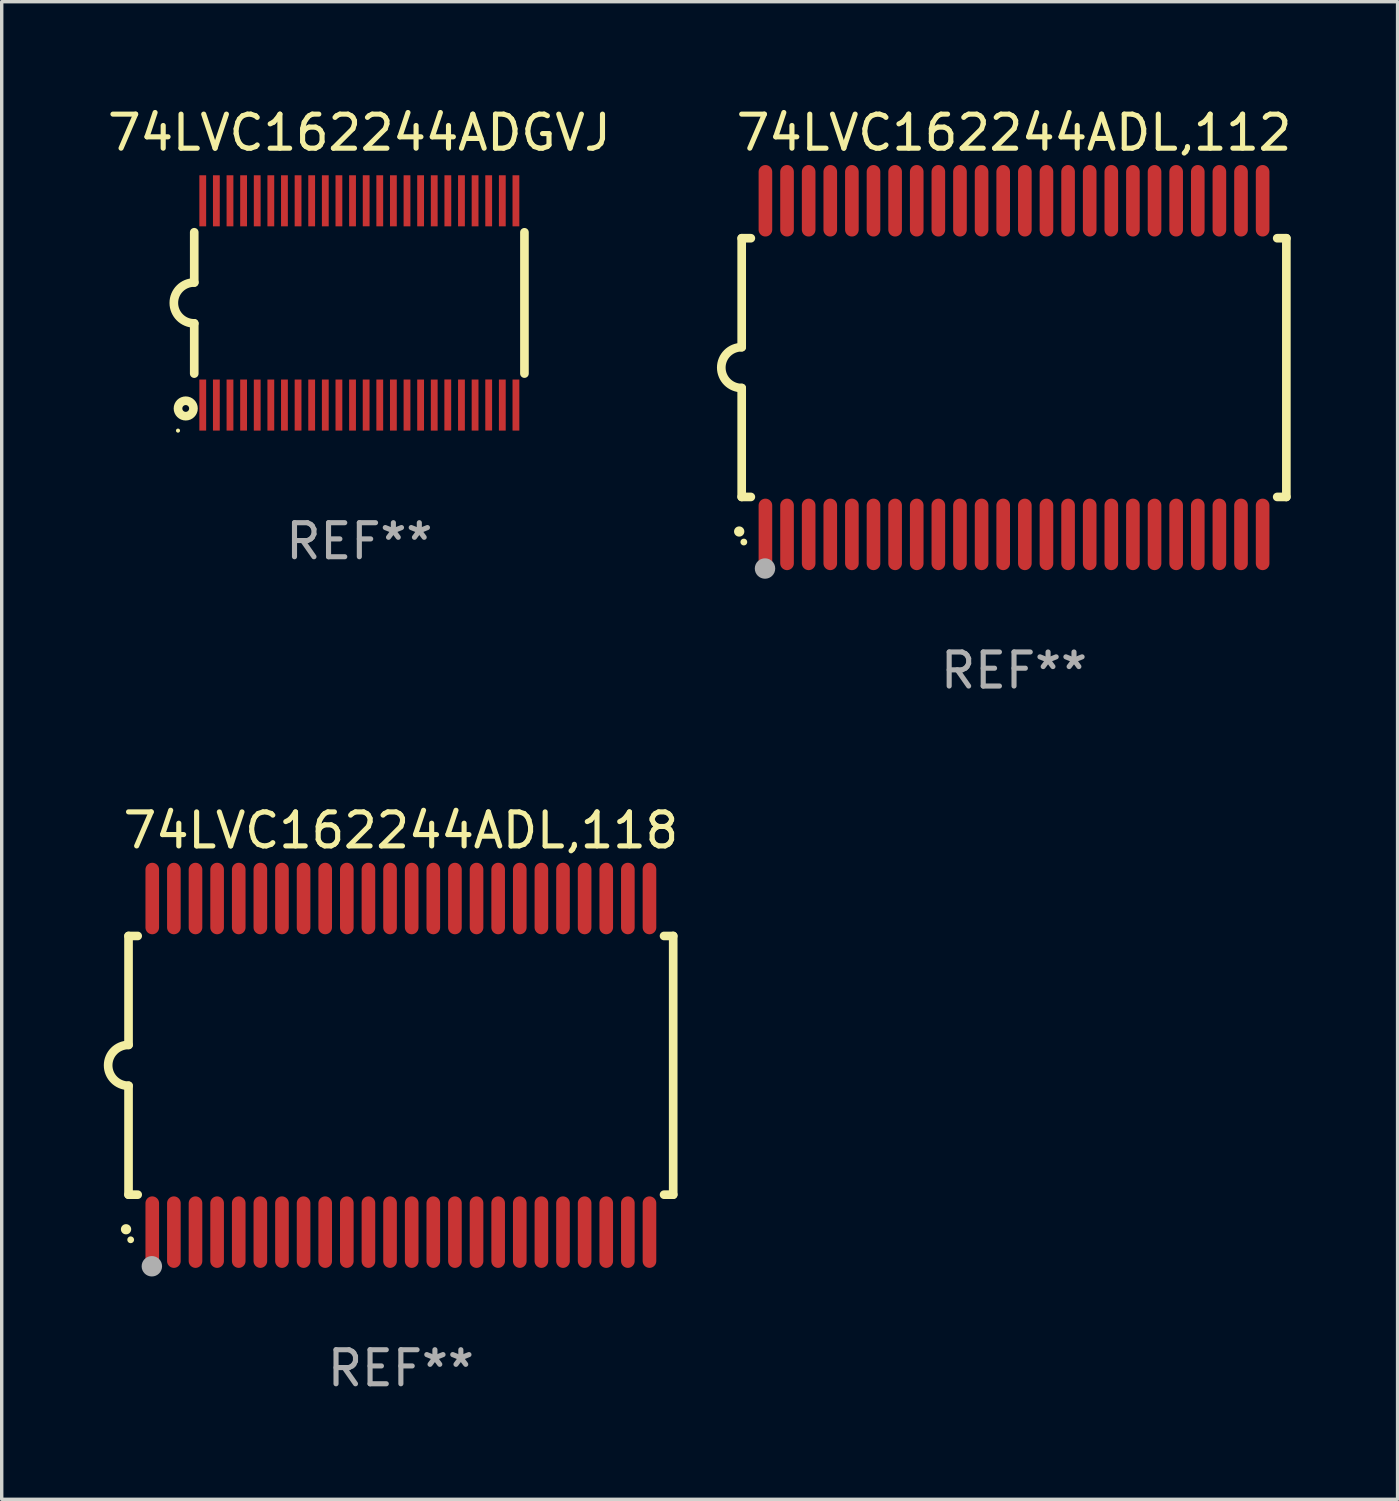
<source format=kicad_pcb>
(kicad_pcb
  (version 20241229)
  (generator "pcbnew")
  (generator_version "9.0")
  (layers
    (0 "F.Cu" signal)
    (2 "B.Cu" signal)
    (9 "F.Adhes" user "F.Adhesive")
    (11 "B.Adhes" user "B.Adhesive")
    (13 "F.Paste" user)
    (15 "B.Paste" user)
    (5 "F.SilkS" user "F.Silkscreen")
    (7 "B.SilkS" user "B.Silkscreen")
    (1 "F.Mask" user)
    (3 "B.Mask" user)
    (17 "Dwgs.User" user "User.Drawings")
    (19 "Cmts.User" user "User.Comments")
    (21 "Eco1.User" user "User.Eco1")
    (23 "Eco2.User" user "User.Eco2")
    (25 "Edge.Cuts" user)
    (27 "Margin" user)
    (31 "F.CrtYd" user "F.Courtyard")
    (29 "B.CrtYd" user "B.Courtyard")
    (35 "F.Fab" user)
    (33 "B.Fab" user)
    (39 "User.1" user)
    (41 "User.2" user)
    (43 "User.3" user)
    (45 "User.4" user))
  (footprint "74LVC162244ADGVJ"
    (layer "F.Cu")
    (at 7.506 5.849)
    (property "Reference" "74LVC162244ADGVJ" (at 0 -5.001 0) (layer "F.SilkS") (effects (font (size 1 1) (thickness 0.15))))
    (attr through_hole)
    (fp_line (start -4.85 -2.076) (end -4.85 -0.6) (stroke (width 0.254) (type solid)) (layer "F.SilkS"))
    (fp_line (start -4.85 2.076) (end -4.85 0.6) (stroke (width 0.254) (type solid)) (layer "F.SilkS"))
    (fp_line (start 4.85 -2.075) (end 4.85 2.075) (stroke (width 0.254) (type solid)) (layer "F.SilkS"))
    (fp_arc (start -4.850013 0.6) (mid -5.449099 -0.0008) (end -4.848869 -0.600457) (stroke (width 0.254001) (type solid)) (layer "F.SilkS"))
    (fp_circle (center -5.327 3.751) (end -5.297 3.751) (stroke (width 0.06) (type solid)) (fill no) (layer "F.SilkS"))
    (fp_circle (center -5.1 3.1) (end -5 3.1) (stroke (width 0.254) (type solid)) (fill no) (layer "F.SilkS"))
    (fp_text user "REF**" (at 0 7.001 0) (layer "F.Fab") (effects (font (size 1 1) (thickness 0.15))))
    (pad "1" smd rect (at -4.6 3) (size 0.2 1.5) (layers "F.Cu" "F.Mask" "F.Paste"))
    (pad "2" smd rect (at -4.2 3) (size 0.2 1.5) (layers "F.Cu" "F.Mask" "F.Paste"))
    (pad "3" smd rect (at -3.8 3) (size 0.2 1.5) (layers "F.Cu" "F.Mask" "F.Paste"))
    (pad "4" smd rect (at -3.4 3) (size 0.2 1.5) (layers "F.Cu" "F.Mask" "F.Paste"))
    (pad "5" smd rect (at -3 3.001) (size 0.2 1.5) (layers "F.Cu" "F.Mask" "F.Paste"))
    (pad "6" smd rect (at -2.6 3) (size 0.2 1.5) (layers "F.Cu" "F.Mask" "F.Paste"))
    (pad "7" smd rect (at -2.2 3) (size 0.2 1.5) (layers "F.Cu" "F.Mask" "F.Paste"))
    (pad "8" smd rect (at -1.8 3) (size 0.2 1.5) (layers "F.Cu" "F.Mask" "F.Paste"))
    (pad "9" smd rect (at -1.4 3) (size 0.2 1.5) (layers "F.Cu" "F.Mask" "F.Paste"))
    (pad "10" smd rect (at -1 3) (size 0.2 1.5) (layers "F.Cu" "F.Mask" "F.Paste"))
    (pad "11" smd rect (at -0.6 3) (size 0.2 1.5) (layers "F.Cu" "F.Mask" "F.Paste"))
    (pad "12" smd rect (at -0.2 3) (size 0.2 1.5) (layers "F.Cu" "F.Mask" "F.Paste"))
    (pad "13" smd rect (at 0.2 3) (size 0.2 1.5) (layers "F.Cu" "F.Mask" "F.Paste"))
    (pad "14" smd rect (at 0.6 3) (size 0.2 1.5) (layers "F.Cu" "F.Mask" "F.Paste"))
    (pad "15" smd rect (at 1 3) (size 0.2 1.5) (layers "F.Cu" "F.Mask" "F.Paste"))
    (pad "16" smd rect (at 1.4 3) (size 0.2 1.5) (layers "F.Cu" "F.Mask" "F.Paste"))
    (pad "17" smd rect (at 1.8 3) (size 0.2 1.5) (layers "F.Cu" "F.Mask" "F.Paste"))
    (pad "18" smd rect (at 2.2 3.001) (size 0.2 1.5) (layers "F.Cu" "F.Mask" "F.Paste"))
    (pad "19" smd rect (at 2.598 2.998) (size 0.2 1.5) (layers "F.Cu" "F.Mask" "F.Paste"))
    (pad "20" smd rect (at 3 3) (size 0.2 1.5) (layers "F.Cu" "F.Mask" "F.Paste"))
    (pad "21" smd rect (at 3.4 3) (size 0.2 1.5) (layers "F.Cu" "F.Mask" "F.Paste"))
    (pad "22" smd rect (at 3.8 2.998) (size 0.2 1.5) (layers "F.Cu" "F.Mask" "F.Paste"))
    (pad "23" smd rect (at 4.2 3) (size 0.2 1.5) (layers "F.Cu" "F.Mask" "F.Paste"))
    (pad "24" smd rect (at 4.6 3) (size 0.2 1.5) (layers "F.Cu" "F.Mask" "F.Paste"))
    (pad "25" smd rect (at 4.6 -3) (size 0.2 1.5) (layers "F.Cu" "F.Mask" "F.Paste"))
    (pad "26" smd rect (at 4.2 -3) (size 0.2 1.5) (layers "F.Cu" "F.Mask" "F.Paste"))
    (pad "27" smd rect (at 3.8 -3) (size 0.2 1.5) (layers "F.Cu" "F.Mask" "F.Paste"))
    (pad "28" smd rect (at 3.4 -3) (size 0.2 1.5) (layers "F.Cu" "F.Mask" "F.Paste"))
    (pad "29" smd rect (at 3 -3) (size 0.2 1.5) (layers "F.Cu" "F.Mask" "F.Paste"))
    (pad "30" smd rect (at 2.6 -3) (size 0.2 1.5) (layers "F.Cu" "F.Mask" "F.Paste"))
    (pad "31" smd rect (at 2.2 -3) (size 0.2 1.5) (layers "F.Cu" "F.Mask" "F.Paste"))
    (pad "32" smd rect (at 1.8 -3) (size 0.2 1.5) (layers "F.Cu" "F.Mask" "F.Paste"))
    (pad "33" smd rect (at 1.4 -3) (size 0.2 1.5) (layers "F.Cu" "F.Mask" "F.Paste"))
    (pad "34" smd rect (at 1 -3) (size 0.2 1.5) (layers "F.Cu" "F.Mask" "F.Paste"))
    (pad "35" smd rect (at 0.6 -3) (size 0.2 1.5) (layers "F.Cu" "F.Mask" "F.Paste"))
    (pad "36" smd rect (at 0.201 -3.001) (size 0.2 1.5) (layers "F.Cu" "F.Mask" "F.Paste"))
    (pad "37" smd rect (at -0.2 -3) (size 0.2 1.5) (layers "F.Cu" "F.Mask" "F.Paste"))
    (pad "38" smd rect (at -0.6 -3) (size 0.2 1.5) (layers "F.Cu" "F.Mask" "F.Paste"))
    (pad "39" smd rect (at -1 -3) (size 0.2 1.5) (layers "F.Cu" "F.Mask" "F.Paste"))
    (pad "40" smd rect (at -1.4 -3) (size 0.2 1.5) (layers "F.Cu" "F.Mask" "F.Paste"))
    (pad "41" smd rect (at -1.8 -3) (size 0.2 1.5) (layers "F.Cu" "F.Mask" "F.Paste"))
    (pad "42" smd rect (at -2.2 -3) (size 0.2 1.5) (layers "F.Cu" "F.Mask" "F.Paste"))
    (pad "43" smd rect (at -2.6 -3) (size 0.2 1.5) (layers "F.Cu" "F.Mask" "F.Paste"))
    (pad "44" smd rect (at -3 -3) (size 0.2 1.5) (layers "F.Cu" "F.Mask" "F.Paste"))
    (pad "45" smd rect (at -3.4 -3) (size 0.2 1.5) (layers "F.Cu" "F.Mask" "F.Paste"))
    (pad "46" smd rect (at -3.8 -3) (size 0.2 1.5) (layers "F.Cu" "F.Mask" "F.Paste"))
    (pad "47" smd rect (at -4.2 -3) (size 0.2 1.5) (layers "F.Cu" "F.Mask" "F.Paste"))
    (pad "48" smd rect (at -4.6 -3) (size 0.2 1.5) (layers "F.Cu" "F.Mask" "F.Paste")))
  (footprint "74LVC162244ADL,112"
    (layer "F.Cu")
    (at 26.738 7.748)
    (property "Reference" "74LVC162244ADL,112" (at 0 -6.9 0) (layer "F.SilkS") (effects (font (size 1 1) (thickness 0.15))))
    (attr through_hole)
    (fp_line (start -8 -3.8) (end -8 -0.599) (stroke (width 0.254) (type solid)) (layer "F.SilkS"))
    (fp_line (start -8 -3.8) (end -7.731 -3.8) (stroke (width 0.254) (type solid)) (layer "F.SilkS"))
    (fp_line (start -8 3.8) (end -8 0.599) (stroke (width 0.254) (type solid)) (layer "F.SilkS"))
    (fp_line (start -7.731 3.8) (end -8 3.8) (stroke (width 0.254) (type solid)) (layer "F.SilkS"))
    (fp_line (start 7.731 -3.8) (end 8 -3.8) (stroke (width 0.254) (type solid)) (layer "F.SilkS"))
    (fp_line (start 8 -3.8) (end 8 3.8) (stroke (width 0.254) (type solid)) (layer "F.SilkS"))
    (fp_line (start 8 3.8) (end 7.731 3.8) (stroke (width 0.254) (type solid)) (layer "F.SilkS"))
    (fp_arc (start -8.074676 4.81585) (mid -8.073406 4.815845) (end -8.072136 4.81585) (stroke (width 0.3) (type solid)) (layer "F.SilkS"))
    (fp_arc (start -8.000025 0.6) (mid -8.598908 0.00056) (end -8.000027 -0.598882) (stroke (width 0.254001) (type solid)) (layer "F.SilkS"))
    (fp_circle (center -7.937 5.125) (end -7.887 5.125) (stroke (width 0.1) (type solid)) (fill no) (layer "F.SilkS"))
    (fp_circle (center -7.315 5.903) (end -7.165 5.903) (stroke (width 0.3) (type solid)) (fill no) (layer "F.Fab"))
    (fp_text user "REF**" (at 0 8.9 0) (layer "F.Fab") (effects (font (size 1 1) (thickness 0.15))))
    (pad "1" smd oval (at -7.303 4.9) (size 0.4 2.1) (layers "F.Cu" "F.Mask" "F.Paste"))
    (pad "2" smd oval (at -6.668 4.9) (size 0.4 2.1) (layers "F.Cu" "F.Mask" "F.Paste"))
    (pad "3" smd oval (at -6.033 4.9) (size 0.4 2.1) (layers "F.Cu" "F.Mask" "F.Paste"))
    (pad "4" smd oval (at -5.398 4.9) (size 0.4 2.1) (layers "F.Cu" "F.Mask" "F.Paste"))
    (pad "5" smd oval (at -4.763 4.9) (size 0.4 2.1) (layers "F.Cu" "F.Mask" "F.Paste"))
    (pad "6" smd oval (at -4.128 4.9) (size 0.4 2.1) (layers "F.Cu" "F.Mask" "F.Paste"))
    (pad "7" smd oval (at -3.493 4.9) (size 0.4 2.1) (layers "F.Cu" "F.Mask" "F.Paste"))
    (pad "8" smd oval (at -2.858 4.9) (size 0.4 2.1) (layers "F.Cu" "F.Mask" "F.Paste"))
    (pad "9" smd oval (at -2.223 4.9) (size 0.4 2.1) (layers "F.Cu" "F.Mask" "F.Paste"))
    (pad "10" smd oval (at -1.588 4.9) (size 0.4 2.1) (layers "F.Cu" "F.Mask" "F.Paste"))
    (pad "11" smd oval (at -0.953 4.9) (size 0.4 2.1) (layers "F.Cu" "F.Mask" "F.Paste"))
    (pad "12" smd oval (at -0.318 4.9) (size 0.4 2.1) (layers "F.Cu" "F.Mask" "F.Paste"))
    (pad "13" smd oval (at 0.318 4.9) (size 0.4 2.1) (layers "F.Cu" "F.Mask" "F.Paste"))
    (pad "14" smd oval (at 0.953 4.9) (size 0.4 2.1) (layers "F.Cu" "F.Mask" "F.Paste"))
    (pad "15" smd oval (at 1.588 4.9) (size 0.4 2.1) (layers "F.Cu" "F.Mask" "F.Paste"))
    (pad "16" smd oval (at 2.223 4.9) (size 0.4 2.1) (layers "F.Cu" "F.Mask" "F.Paste"))
    (pad "17" smd oval (at 2.858 4.9) (size 0.4 2.1) (layers "F.Cu" "F.Mask" "F.Paste"))
    (pad "18" smd oval (at 3.493 4.9) (size 0.4 2.1) (layers "F.Cu" "F.Mask" "F.Paste"))
    (pad "19" smd oval (at 4.128 4.9) (size 0.4 2.1) (layers "F.Cu" "F.Mask" "F.Paste"))
    (pad "20" smd oval (at 4.763 4.9) (size 0.4 2.1) (layers "F.Cu" "F.Mask" "F.Paste"))
    (pad "21" smd oval (at 5.398 4.9) (size 0.4 2.1) (layers "F.Cu" "F.Mask" "F.Paste"))
    (pad "22" smd oval (at 6.033 4.9) (size 0.4 2.1) (layers "F.Cu" "F.Mask" "F.Paste"))
    (pad "23" smd oval (at 6.668 4.9) (size 0.4 2.1) (layers "F.Cu" "F.Mask" "F.Paste"))
    (pad "24" smd oval (at 7.303 4.9) (size 0.4 2.1) (layers "F.Cu" "F.Mask" "F.Paste"))
    (pad "25" smd oval (at 7.303 -4.9 180) (size 0.4 2.1) (layers "F.Cu" "F.Mask" "F.Paste"))
    (pad "26" smd oval (at 6.668 -4.9 180) (size 0.4 2.1) (layers "F.Cu" "F.Mask" "F.Paste"))
    (pad "27" smd oval (at 6.033 -4.9 180) (size 0.4 2.1) (layers "F.Cu" "F.Mask" "F.Paste"))
    (pad "28" smd oval (at 5.398 -4.9 180) (size 0.4 2.1) (layers "F.Cu" "F.Mask" "F.Paste"))
    (pad "29" smd oval (at 4.763 -4.9 180) (size 0.4 2.1) (layers "F.Cu" "F.Mask" "F.Paste"))
    (pad "30" smd oval (at 4.128 -4.9 180) (size 0.4 2.1) (layers "F.Cu" "F.Mask" "F.Paste"))
    (pad "31" smd oval (at 3.493 -4.9 180) (size 0.4 2.1) (layers "F.Cu" "F.Mask" "F.Paste"))
    (pad "32" smd oval (at 2.858 -4.9 180) (size 0.4 2.1) (layers "F.Cu" "F.Mask" "F.Paste"))
    (pad "33" smd oval (at 2.223 -4.9 180) (size 0.4 2.1) (layers "F.Cu" "F.Mask" "F.Paste"))
    (pad "34" smd oval (at 1.588 -4.9 180) (size 0.4 2.1) (layers "F.Cu" "F.Mask" "F.Paste"))
    (pad "35" smd oval (at 0.953 -4.9 180) (size 0.4 2.1) (layers "F.Cu" "F.Mask" "F.Paste"))
    (pad "36" smd oval (at 0.318 -4.9 180) (size 0.4 2.1) (layers "F.Cu" "F.Mask" "F.Paste"))
    (pad "37" smd oval (at -0.318 -4.9 180) (size 0.4 2.1) (layers "F.Cu" "F.Mask" "F.Paste"))
    (pad "38" smd oval (at -0.953 -4.9 180) (size 0.4 2.1) (layers "F.Cu" "F.Mask" "F.Paste"))
    (pad "39" smd oval (at -1.588 -4.9 180) (size 0.4 2.1) (layers "F.Cu" "F.Mask" "F.Paste"))
    (pad "40" smd oval (at -2.223 -4.9 180) (size 0.4 2.1) (layers "F.Cu" "F.Mask" "F.Paste"))
    (pad "41" smd oval (at -2.858 -4.9 180) (size 0.4 2.1) (layers "F.Cu" "F.Mask" "F.Paste"))
    (pad "42" smd oval (at -3.493 -4.9 180) (size 0.4 2.1) (layers "F.Cu" "F.Mask" "F.Paste"))
    (pad "43" smd oval (at -4.128 -4.9 180) (size 0.4 2.1) (layers "F.Cu" "F.Mask" "F.Paste"))
    (pad "44" smd oval (at -4.763 -4.9 180) (size 0.4 2.1) (layers "F.Cu" "F.Mask" "F.Paste"))
    (pad "45" smd oval (at -5.398 -4.9 180) (size 0.4 2.1) (layers "F.Cu" "F.Mask" "F.Paste"))
    (pad "46" smd oval (at -6.033 -4.9 180) (size 0.4 2.1) (layers "F.Cu" "F.Mask" "F.Paste"))
    (pad "47" smd oval (at -6.668 -4.9 180) (size 0.4 2.1) (layers "F.Cu" "F.Mask" "F.Paste"))
    (pad "48" smd oval (at -7.303 -4.9 180) (size 0.4 2.1) (layers "F.Cu" "F.Mask" "F.Paste")))
  (footprint "74LVC162244ADL,118"
    (layer "F.Cu")
    (at 8.726 28.245)
    (property "Reference" "74LVC162244ADL,118" (at 0 -6.9 0) (layer "F.SilkS") (effects (font (size 1 1) (thickness 0.15))))
    (attr through_hole)
    (fp_line (start -8 -3.8) (end -8 -0.599) (stroke (width 0.254) (type solid)) (layer "F.SilkS"))
    (fp_line (start -8 -3.8) (end -7.731 -3.8) (stroke (width 0.254) (type solid)) (layer "F.SilkS"))
    (fp_line (start -8 3.8) (end -8 0.599) (stroke (width 0.254) (type solid)) (layer "F.SilkS"))
    (fp_line (start -7.731 3.8) (end -8 3.8) (stroke (width 0.254) (type solid)) (layer "F.SilkS"))
    (fp_line (start 7.731 -3.8) (end 8 -3.8) (stroke (width 0.254) (type solid)) (layer "F.SilkS"))
    (fp_line (start 8 -3.8) (end 8 3.8) (stroke (width 0.254) (type solid)) (layer "F.SilkS"))
    (fp_line (start 8 3.8) (end 7.731 3.8) (stroke (width 0.254) (type solid)) (layer "F.SilkS"))
    (fp_arc (start -8.074676 4.81585) (mid -8.073406 4.815845) (end -8.072136 4.81585) (stroke (width 0.3) (type solid)) (layer "F.SilkS"))
    (fp_arc (start -8.000025 0.6) (mid -8.598908 0.00056) (end -8.000027 -0.598882) (stroke (width 0.254001) (type solid)) (layer "F.SilkS"))
    (fp_circle (center -7.937 5.125) (end -7.887 5.125) (stroke (width 0.1) (type solid)) (fill no) (layer "F.SilkS"))
    (fp_circle (center -7.315 5.903) (end -7.165 5.903) (stroke (width 0.3) (type solid)) (fill no) (layer "F.Fab"))
    (fp_text user "REF**" (at 0 8.9 0) (layer "F.Fab") (effects (font (size 1 1) (thickness 0.15))))
    (pad "1" smd oval (at -7.303 4.9) (size 0.4 2.1) (layers "F.Cu" "F.Mask" "F.Paste"))
    (pad "2" smd oval (at -6.668 4.9) (size 0.4 2.1) (layers "F.Cu" "F.Mask" "F.Paste"))
    (pad "3" smd oval (at -6.033 4.9) (size 0.4 2.1) (layers "F.Cu" "F.Mask" "F.Paste"))
    (pad "4" smd oval (at -5.398 4.9) (size 0.4 2.1) (layers "F.Cu" "F.Mask" "F.Paste"))
    (pad "5" smd oval (at -4.763 4.9) (size 0.4 2.1) (layers "F.Cu" "F.Mask" "F.Paste"))
    (pad "6" smd oval (at -4.128 4.9) (size 0.4 2.1) (layers "F.Cu" "F.Mask" "F.Paste"))
    (pad "7" smd oval (at -3.493 4.9) (size 0.4 2.1) (layers "F.Cu" "F.Mask" "F.Paste"))
    (pad "8" smd oval (at -2.858 4.9) (size 0.4 2.1) (layers "F.Cu" "F.Mask" "F.Paste"))
    (pad "9" smd oval (at -2.223 4.9) (size 0.4 2.1) (layers "F.Cu" "F.Mask" "F.Paste"))
    (pad "10" smd oval (at -1.588 4.9) (size 0.4 2.1) (layers "F.Cu" "F.Mask" "F.Paste"))
    (pad "11" smd oval (at -0.953 4.9) (size 0.4 2.1) (layers "F.Cu" "F.Mask" "F.Paste"))
    (pad "12" smd oval (at -0.318 4.9) (size 0.4 2.1) (layers "F.Cu" "F.Mask" "F.Paste"))
    (pad "13" smd oval (at 0.318 4.9) (size 0.4 2.1) (layers "F.Cu" "F.Mask" "F.Paste"))
    (pad "14" smd oval (at 0.953 4.9) (size 0.4 2.1) (layers "F.Cu" "F.Mask" "F.Paste"))
    (pad "15" smd oval (at 1.588 4.9) (size 0.4 2.1) (layers "F.Cu" "F.Mask" "F.Paste"))
    (pad "16" smd oval (at 2.223 4.9) (size 0.4 2.1) (layers "F.Cu" "F.Mask" "F.Paste"))
    (pad "17" smd oval (at 2.858 4.9) (size 0.4 2.1) (layers "F.Cu" "F.Mask" "F.Paste"))
    (pad "18" smd oval (at 3.493 4.9) (size 0.4 2.1) (layers "F.Cu" "F.Mask" "F.Paste"))
    (pad "19" smd oval (at 4.128 4.9) (size 0.4 2.1) (layers "F.Cu" "F.Mask" "F.Paste"))
    (pad "20" smd oval (at 4.763 4.9) (size 0.4 2.1) (layers "F.Cu" "F.Mask" "F.Paste"))
    (pad "21" smd oval (at 5.398 4.9) (size 0.4 2.1) (layers "F.Cu" "F.Mask" "F.Paste"))
    (pad "22" smd oval (at 6.033 4.9) (size 0.4 2.1) (layers "F.Cu" "F.Mask" "F.Paste"))
    (pad "23" smd oval (at 6.668 4.9) (size 0.4 2.1) (layers "F.Cu" "F.Mask" "F.Paste"))
    (pad "24" smd oval (at 7.303 4.9) (size 0.4 2.1) (layers "F.Cu" "F.Mask" "F.Paste"))
    (pad "25" smd oval (at 7.303 -4.9 180) (size 0.4 2.1) (layers "F.Cu" "F.Mask" "F.Paste"))
    (pad "26" smd oval (at 6.668 -4.9 180) (size 0.4 2.1) (layers "F.Cu" "F.Mask" "F.Paste"))
    (pad "27" smd oval (at 6.033 -4.9 180) (size 0.4 2.1) (layers "F.Cu" "F.Mask" "F.Paste"))
    (pad "28" smd oval (at 5.398 -4.9 180) (size 0.4 2.1) (layers "F.Cu" "F.Mask" "F.Paste"))
    (pad "29" smd oval (at 4.763 -4.9 180) (size 0.4 2.1) (layers "F.Cu" "F.Mask" "F.Paste"))
    (pad "30" smd oval (at 4.128 -4.9 180) (size 0.4 2.1) (layers "F.Cu" "F.Mask" "F.Paste"))
    (pad "31" smd oval (at 3.493 -4.9 180) (size 0.4 2.1) (layers "F.Cu" "F.Mask" "F.Paste"))
    (pad "32" smd oval (at 2.858 -4.9 180) (size 0.4 2.1) (layers "F.Cu" "F.Mask" "F.Paste"))
    (pad "33" smd oval (at 2.223 -4.9 180) (size 0.4 2.1) (layers "F.Cu" "F.Mask" "F.Paste"))
    (pad "34" smd oval (at 1.588 -4.9 180) (size 0.4 2.1) (layers "F.Cu" "F.Mask" "F.Paste"))
    (pad "35" smd oval (at 0.953 -4.9 180) (size 0.4 2.1) (layers "F.Cu" "F.Mask" "F.Paste"))
    (pad "36" smd oval (at 0.318 -4.9 180) (size 0.4 2.1) (layers "F.Cu" "F.Mask" "F.Paste"))
    (pad "37" smd oval (at -0.318 -4.9 180) (size 0.4 2.1) (layers "F.Cu" "F.Mask" "F.Paste"))
    (pad "38" smd oval (at -0.953 -4.9 180) (size 0.4 2.1) (layers "F.Cu" "F.Mask" "F.Paste"))
    (pad "39" smd oval (at -1.588 -4.9 180) (size 0.4 2.1) (layers "F.Cu" "F.Mask" "F.Paste"))
    (pad "40" smd oval (at -2.223 -4.9 180) (size 0.4 2.1) (layers "F.Cu" "F.Mask" "F.Paste"))
    (pad "41" smd oval (at -2.858 -4.9 180) (size 0.4 2.1) (layers "F.Cu" "F.Mask" "F.Paste"))
    (pad "42" smd oval (at -3.493 -4.9 180) (size 0.4 2.1) (layers "F.Cu" "F.Mask" "F.Paste"))
    (pad "43" smd oval (at -4.128 -4.9 180) (size 0.4 2.1) (layers "F.Cu" "F.Mask" "F.Paste"))
    (pad "44" smd oval (at -4.763 -4.9 180) (size 0.4 2.1) (layers "F.Cu" "F.Mask" "F.Paste"))
    (pad "45" smd oval (at -5.398 -4.9 180) (size 0.4 2.1) (layers "F.Cu" "F.Mask" "F.Paste"))
    (pad "46" smd oval (at -6.033 -4.9 180) (size 0.4 2.1) (layers "F.Cu" "F.Mask" "F.Paste"))
    (pad "47" smd oval (at -6.668 -4.9 180) (size 0.4 2.1) (layers "F.Cu" "F.Mask" "F.Paste"))
    (pad "48" smd oval (at -7.303 -4.9 180) (size 0.4 2.1) (layers "F.Cu" "F.Mask" "F.Paste")))
  (gr_rect
    (start -3 -3)
    (end 38.006 40.993)
    (stroke (width 0.1) (type default))
    (fill no)
    (layer "Edge.Cuts")))
</source>
